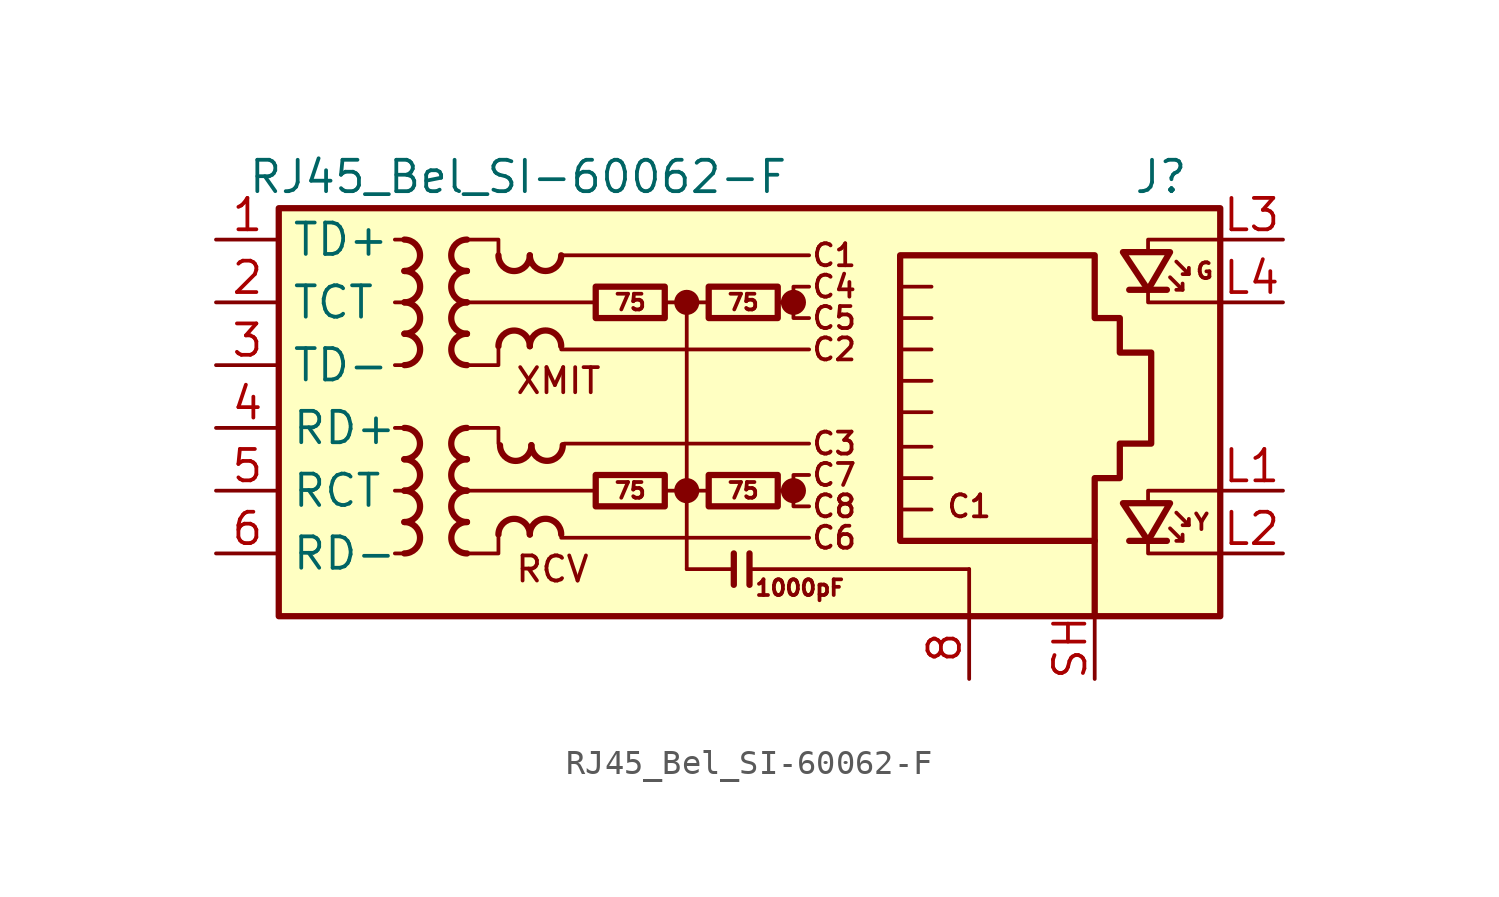
<source format=kicad_sym>
(kicad_symbol_lib
  (version 20241209)
  (generator "kicad_symbol_editor")
  (generator_version "9.0")
  (symbol "RJ45_Bel_SI-60062-F"
    (property "Reference" "J"
      (at 19.05 10.16 0)
      (effects (font (size 1.27 1.27)) (justify right)))
    (property "Value" "RJ45_Bel_SI-60062-F"
      (at -19.05 10.16 0)
      (effects (font (size 1.27 1.27)) (justify left)))
    (symbol "RJ45_Bel_SI-60062-F_0_0"
      (circle (center -1.27 5.08) (radius 0.0001) (stroke (width 0.508) (type default)) (fill (type none)))
      (polyline (pts (xy -1.27 5.08) (xy -1.27 -5.715)) (stroke (width 0) (type default)) (fill (type none)))
      (circle (center -1.27 -2.54) (radius 0.0001) (stroke (width 0.508) (type default)) (fill (type none)))
      (polyline (pts (xy 0.635 -5.08) (xy 0.635 -6.35)) (stroke (width 0.254) (type default)) (fill (type none)))
      (polyline (pts (xy 1.27 -5.08) (xy 1.27 -6.35)) (stroke (width 0.254) (type default)) (fill (type none)))
      (polyline (pts (xy 3.048 5.08) (xy 2.54 5.08)) (stroke (width 0) (type default)) (fill (type none)))
      (circle (center 3.048 5.08) (radius 0.0001) (stroke (width 0.508) (type default)) (fill (type none)))
      (polyline (pts (xy 3.048 -2.54) (xy 2.54 -2.54)) (stroke (width 0) (type default)) (fill (type none)))
      (circle (center 3.048 -2.54) (radius 0.0001) (stroke (width 0.508) (type default)) (fill (type none)))
      (polyline (pts (xy 3.683 5.715) (xy 3.048 5.715) (xy 3.048 4.445) (xy 3.683 4.445)) (stroke (width 0) (type default)) (fill (type none)))
      (polyline (pts (xy 3.683 -1.905) (xy 3.048 -1.905) (xy 3.048 -3.175) (xy 3.683 -3.175)) (stroke (width 0) (type default)) (fill (type none)))
      (polyline (pts (xy 17.399 7.112) (xy 17.399 7.62) (xy 20.32 7.62)) (stroke (width 0) (type default)) (fill (type none)))
      (polyline (pts (xy 17.399 -3.048) (xy 17.399 -2.54) (xy 20.32 -2.54)) (stroke (width 0) (type default)) (fill (type none)))
      (polyline (pts (xy 20.32 5.08) (xy 17.399 5.08) (xy 17.399 5.588)) (stroke (width 0) (type default)) (fill (type none)))
      (polyline (pts (xy 20.32 -5.08) (xy 17.399 -5.08) (xy 17.399 -4.572)) (stroke (width 0) (type default)) (fill (type none)))
      (text "XMIT" (at -8.255 1.905 0) (effects (font (size 1.016 1.016)) (justify left)))
      (text "RCV" (at -8.255 -5.715 0) (effects (font (size 1.016 1.016)) (justify left)))
      (text "C1" (at 4.699 6.985 0) (effects (font (size 0.889 0.889))))
      (text "C4" (at 4.699 5.715 0) (effects (font (size 0.889 0.889))))
      (text "C5" (at 4.699 4.445 0) (effects (font (size 0.889 0.889))))
      (text "C2" (at 4.699 3.175 0) (effects (font (size 0.889 0.889))))
      (text "C3" (at 4.699 -0.635 0) (effects (font (size 0.889 0.889))))
      (text "C7" (at 4.699 -1.905 0) (effects (font (size 0.889 0.889))))
      (text "C8" (at 4.699 -3.175 0) (effects (font (size 0.889 0.889))))
      (text "C6" (at 4.699 -4.445 0) (effects (font (size 0.889 0.889))))
      (text "C1" (at 10.16 -3.175 0) (effects (font (size 0.889 0.889)))))
    (symbol "RJ45_Bel_SI-60062-F_0_1"
      (rectangle (start -17.78 8.89) (end 20.32 -7.62) (stroke (width 0.254) (type default)) (fill (type background)))
      (polyline (pts (xy -12.7 7.62) (xy -13.081 7.62)) (stroke (width 0) (type default)) (fill (type none)))
      (polyline (pts (xy -12.7 5.08) (xy -13.081 5.08)) (stroke (width 0) (type default)) (fill (type none)))
      (polyline (pts (xy -12.7 2.54) (xy -13.081 2.54)) (stroke (width 0) (type default)) (fill (type none)))
      (polyline (pts (xy -12.7 0) (xy -13.081 0)) (stroke (width 0) (type default)) (fill (type none)))
      (polyline (pts (xy -12.7 -2.54) (xy -13.081 -2.54)) (stroke (width 0) (type default)) (fill (type none)))
      (polyline (pts (xy -12.7 -5.08) (xy -13.081 -5.08)) (stroke (width 0) (type default)) (fill (type none)))
      (polyline (pts (xy -10.16 7.62) (xy -8.89 7.62) (xy -8.89 6.985)) (stroke (width 0) (type default)) (fill (type none)))
      (polyline (pts (xy -10.16 0) (xy -8.89 0) (xy -8.89 -0.635)) (stroke (width 0) (type default)) (fill (type none)))
      (polyline (pts (xy -8.89 3.175) (xy -8.89 2.54) (xy -10.16 2.54)) (stroke (width 0) (type default)) (fill (type none)))
      (polyline (pts (xy -8.89 -4.445) (xy -8.89 -5.08) (xy -10.16 -5.08)) (stroke (width 0) (type default)) (fill (type none)))
      (polyline (pts (xy -6.35 6.985) (xy 3.683 6.985)) (stroke (width 0) (type default)) (fill (type none)))
      (polyline (pts (xy -6.35 3.175) (xy 3.683 3.175)) (stroke (width 0) (type default)) (fill (type none)))
      (polyline (pts (xy -6.35 -4.445) (xy 3.683 -4.445)) (stroke (width 0) (type default)) (fill (type none)))
      (polyline (pts (xy -6.223 -0.635) (xy 3.683 -0.635)) (stroke (width 0) (type default)) (fill (type none)))
      (polyline (pts (xy -5.08 -2.54) (xy -10.16 -2.54)) (stroke (width 0) (type default)) (fill (type none)))
      (polyline (pts (xy -4.953 5.08) (xy -10.16 5.08)) (stroke (width 0) (type default)) (fill (type none)))
      (polyline (pts (xy -2.159 5.08) (xy -0.381 5.08)) (stroke (width 0) (type default)) (fill (type none)))
      (polyline (pts (xy -2.159 -2.54) (xy -0.381 -2.54)) (stroke (width 0) (type default)) (fill (type none)))
      (polyline (pts (xy 0.635 -5.715) (xy -1.27 -5.715)) (stroke (width 0) (type default)) (fill (type none)))
      (polyline (pts (xy 7.366 3.175) (xy 8.636 3.175)) (stroke (width 0) (type default)) (fill (type none)))
      (polyline (pts (xy 7.366 1.905) (xy 8.636 1.905)) (stroke (width 0) (type default)) (fill (type none)))
      (polyline (pts (xy 7.366 0.635) (xy 8.636 0.635)) (stroke (width 0) (type default)) (fill (type none)))
      (polyline (pts (xy 7.366 -0.762) (xy 8.636 -0.762)) (stroke (width 0) (type default)) (fill (type none)))
      (polyline (pts (xy 7.366 -2.032) (xy 8.636 -2.032)) (stroke (width 0) (type default)) (fill (type none)))
      (polyline (pts (xy 8.636 5.715) (xy 7.366 5.715)) (stroke (width 0) (type default)) (fill (type none)))
      (polyline (pts (xy 8.636 4.445) (xy 7.366 4.445)) (stroke (width 0) (type default)) (fill (type none)))
      (polyline (pts (xy 8.636 -3.302) (xy 7.366 -3.302)) (stroke (width 0) (type default)) (fill (type none)))
      (polyline (pts (xy 10.16 -5.715) (xy 1.27 -5.715)) (stroke (width 0) (type default)) (fill (type none)))
      (polyline (pts (xy 10.16 -5.715) (xy 10.16 -7.62)) (stroke (width 0) (type default)) (fill (type none))))
    (symbol "RJ45_Bel_SI-60062-F_1_0"
      (text "1000pF" (at 3.302 -6.477 0) (effects (font (size 0.635 0.635)))))
    (symbol "RJ45_Bel_SI-60062-F_1_1"
      (arc (start -12.7 0) (mid -12.0677 -0.635) (end -12.7 -1.27) (stroke (width 0.254) (type default)) (fill (type none)))
      (arc (start -12.6973 7.62) (mid -12.065 6.985) (end -12.6973 6.35) (stroke (width 0.254) (type default)) (fill (type none)))
      (arc (start -12.6973 -1.27) (mid -12.065 -1.905) (end -12.6973 -2.54) (stroke (width 0.254) (type default)) (fill (type none)))
      (arc (start -12.6973 -2.54) (mid -12.065 -3.175) (end -12.6973 -3.81) (stroke (width 0.254) (type default)) (fill (type none)))
      (arc (start -12.6973 -3.81) (mid -12.065 -4.445) (end -12.6973 -5.08) (stroke (width 0.254) (type default)) (fill (type none)))
      (arc (start -12.6946 6.35) (mid -12.0623 5.715) (end -12.6946 5.08) (stroke (width 0.254) (type default)) (fill (type none)))
      (arc (start -12.6946 5.08) (mid -12.0623 4.445) (end -12.6946 3.81) (stroke (width 0.254) (type default)) (fill (type none)))
      (arc (start -12.6946 3.81) (mid -12.0623 3.175) (end -12.6946 2.54) (stroke (width 0.254) (type default)) (fill (type none)))
      (arc (start -10.1654 6.35) (mid -10.7977 6.985) (end -10.1654 7.62) (stroke (width 0.254) (type default)) (fill (type none)))
      (arc (start -10.1654 5.08) (mid -10.7977 5.715) (end -10.1654 6.35) (stroke (width 0.254) (type default)) (fill (type none)))
      (arc (start -10.1654 3.81) (mid -10.7977 4.445) (end -10.1654 5.08) (stroke (width 0.254) (type default)) (fill (type none)))
      (arc (start -10.1654 -1.27) (mid -10.7977 -0.635) (end -10.1654 0) (stroke (width 0.254) (type default)) (fill (type none)))
      (arc (start -10.1654 -2.54) (mid -10.7977 -1.905) (end -10.1654 -1.27) (stroke (width 0.254) (type default)) (fill (type none)))
      (arc (start -10.1654 -3.81) (mid -10.7977 -3.175) (end -10.1654 -2.54) (stroke (width 0.254) (type default)) (fill (type none)))
      (arc (start -10.1627 2.54) (mid -10.795 3.175) (end -10.1627 3.81) (stroke (width 0.254) (type default)) (fill (type none)))
      (arc (start -10.1627 -5.08) (mid -10.795 -4.445) (end -10.1627 -3.81) (stroke (width 0.254) (type default)) (fill (type none)))
      (arc (start -7.62 6.9823) (mid -8.255 6.35) (end -8.89 6.9823) (stroke (width 0.254) (type default)) (fill (type none)))
      (arc (start -8.89 3.3047) (mid -8.255 3.937) (end -7.62 3.3047) (stroke (width 0.254) (type default)) (fill (type none)))
      (arc (start -8.89 -4.3153) (mid -8.255 -3.683) (end -7.62 -4.3153) (stroke (width 0.254) (type default)) (fill (type none)))
      (arc (start -7.5565 -0.7012) (mid -8.1915 -1.3335) (end -8.8265 -0.7012) (stroke (width 0.254) (type default)) (fill (type none)))
      (arc (start -6.35 6.985) (mid -6.985 6.3527) (end -7.62 6.985) (stroke (width 0.254) (type default)) (fill (type none)))
      (arc (start -7.62 3.3074) (mid -6.985 3.9397) (end -6.35 3.3074) (stroke (width 0.254) (type default)) (fill (type none)))
      (arc (start -7.62 -4.3126) (mid -6.985 -3.6803) (end -6.35 -4.3126) (stroke (width 0.254) (type default)) (fill (type none)))
      (arc (start -6.2865 -0.6985) (mid -6.9215 -1.3308) (end -7.5565 -0.6985) (stroke (width 0.254) (type default)) (fill (type none)))
      (rectangle (start -4.953 5.715) (end -2.159 4.445) (stroke (width 0.254) (type default)) (fill (type none)))
      (rectangle (start -4.953 -1.905) (end -2.159 -3.175) (stroke (width 0.254) (type default)) (fill (type none)))
      (rectangle (start -0.381 5.715) (end 2.413 4.445) (stroke (width 0.254) (type default)) (fill (type none)))
      (rectangle (start -0.381 -1.905) (end 2.413 -3.175) (stroke (width 0.254) (type default)) (fill (type none)))
      (polyline (pts (xy 7.366 -4.572) (xy 7.366 6.985) (xy 15.24 6.985) (xy 15.24 4.445) (xy 16.256 4.445) (xy 16.256 3.048) (xy 17.526 3.048) (xy 17.526 -0.635) (xy 16.256 -0.635) (xy 16.256 -2.032) (xy 15.24 -2.032) (xy 15.24 -4.572) (xy 7.366 -4.572)) (stroke (width 0.254) (type default)) (fill (type none)))
      (polyline (pts (xy 15.24 -7.62) (xy 15.24 -4.572)) (stroke (width 0.254) (type default)) (fill (type none)))
      (polyline (pts (xy 18.161 5.588) (xy 16.637 5.588)) (stroke (width 0.254) (type default)) (fill (type none)))
      (polyline (pts (xy 18.161 -4.572) (xy 16.637 -4.572)) (stroke (width 0.254) (type default)) (fill (type none)))
      (polyline (pts (xy 18.288 7.112) (xy 16.383 7.112) (xy 17.399 5.588) (xy 18.288 7.112)) (stroke (width 0.254) (type default)) (fill (type none)))
      (polyline (pts (xy 18.288 6.096) (xy 18.796 5.588) (xy 18.542 5.588)) (stroke (width 0) (type default)) (fill (type none)))
      (polyline (pts (xy 18.288 -3.048) (xy 16.383 -3.048) (xy 17.399 -4.572) (xy 18.288 -3.048)) (stroke (width 0.254) (type default)) (fill (type none)))
      (polyline (pts (xy 18.288 -4.064) (xy 18.796 -4.572) (xy 18.542 -4.572)) (stroke (width 0) (type default)) (fill (type none)))
      (polyline (pts (xy 18.542 6.731) (xy 19.05 6.223) (xy 18.796 6.223)) (stroke (width 0) (type default)) (fill (type none)))
      (polyline (pts (xy 18.542 -3.429) (xy 19.05 -3.937) (xy 18.796 -3.937)) (stroke (width 0) (type default)) (fill (type none)))
      (polyline (pts (xy 18.796 5.588) (xy 18.796 5.842)) (stroke (width 0) (type default)) (fill (type none)))
      (polyline (pts (xy 18.796 -4.572) (xy 18.796 -4.318)) (stroke (width 0) (type default)) (fill (type none)))
      (polyline (pts (xy 19.05 6.223) (xy 19.05 6.477)) (stroke (width 0) (type default)) (fill (type none)))
      (polyline (pts (xy 19.05 -3.937) (xy 19.05 -3.683)) (stroke (width 0) (type default)) (fill (type none)))
      (text "75" (at -3.556 5.08 0) (effects (font (size 0.635 0.635))))
      (text "75" (at -3.556 -2.54 0) (effects (font (size 0.635 0.635))))
      (text "75" (at 1.016 5.08 0) (effects (font (size 0.635 0.635))))
      (text "75" (at 1.016 -2.54 0) (effects (font (size 0.635 0.635))))
      (text "Y" (at 19.558 -3.81 0) (effects (font (size 0.635 0.635))))
      (text "G" (at 19.685 6.35 0) (effects (font (size 0.635 0.635))))
      (pin passive line (at -20.32 7.62 0) (length 2.54) (name "TD+" (effects (font (size 1.27 1.27)))) (number "1" (effects (font (size 1.27 1.27)))))
      (pin passive line (at -20.32 5.08 0) (length 2.54) (name "TCT" (effects (font (size 1.27 1.27)))) (number "2" (effects (font (size 1.27 1.27)))))
      (pin passive line (at -20.32 2.54 0) (length 2.54) (name "TD-" (effects (font (size 1.27 1.27)))) (number "3" (effects (font (size 1.27 1.27)))))
      (pin passive line (at -20.32 0 0) (length 2.54) (name "RD+" (effects (font (size 1.27 1.27)))) (number "4" (effects (font (size 1.27 1.27)))))
      (pin passive line (at -20.32 -2.54 0) (length 2.54) (name "RCT" (effects (font (size 1.27 1.27)))) (number "5" (effects (font (size 1.27 1.27)))))
      (pin passive line (at -20.32 -5.08 0) (length 2.54) (name "RD-" (effects (font (size 1.27 1.27)))) (number "6" (effects (font (size 1.27 1.27)))))
      (pin power_in line (at 10.16 -10.16 90) (length 2.54) (name "" (effects (font (size 1.27 1.27)))) (number "8" (effects (font (size 1.27 1.27)))))
      (pin passive line (at 15.24 -10.16 90) (length 2.54) (name "" (effects (font (size 1.27 1.27)))) (number "SH" (effects (font (size 1.27 1.27)))))
      (pin no_connect line (at 20.32 0 0) (length 0) (hide yes) (name "NC" (effects (font (size 1.27 1.27)))) (number "7" (effects (font (size 1.27 1.27)))))
      (pin passive line (at 22.86 7.62 180) (length 2.54) (name "" (effects (font (size 1.27 1.27)))) (number "L3" (effects (font (size 1.27 1.27)))))
      (pin passive line (at 22.86 5.08 180) (length 2.54) (name "" (effects (font (size 1.27 1.27)))) (number "L4" (effects (font (size 1.27 1.27)))))
      (pin passive line (at 22.86 -2.54 180) (length 2.54) (name "" (effects (font (size 1.27 1.27)))) (number "L1" (effects (font (size 1.27 1.27)))))
      (pin passive line (at 22.86 -5.08 180) (length 2.54) (name "" (effects (font (size 1.27 1.27)))) (number "L2" (effects (font (size 1.27 1.27))))))))
</source>
